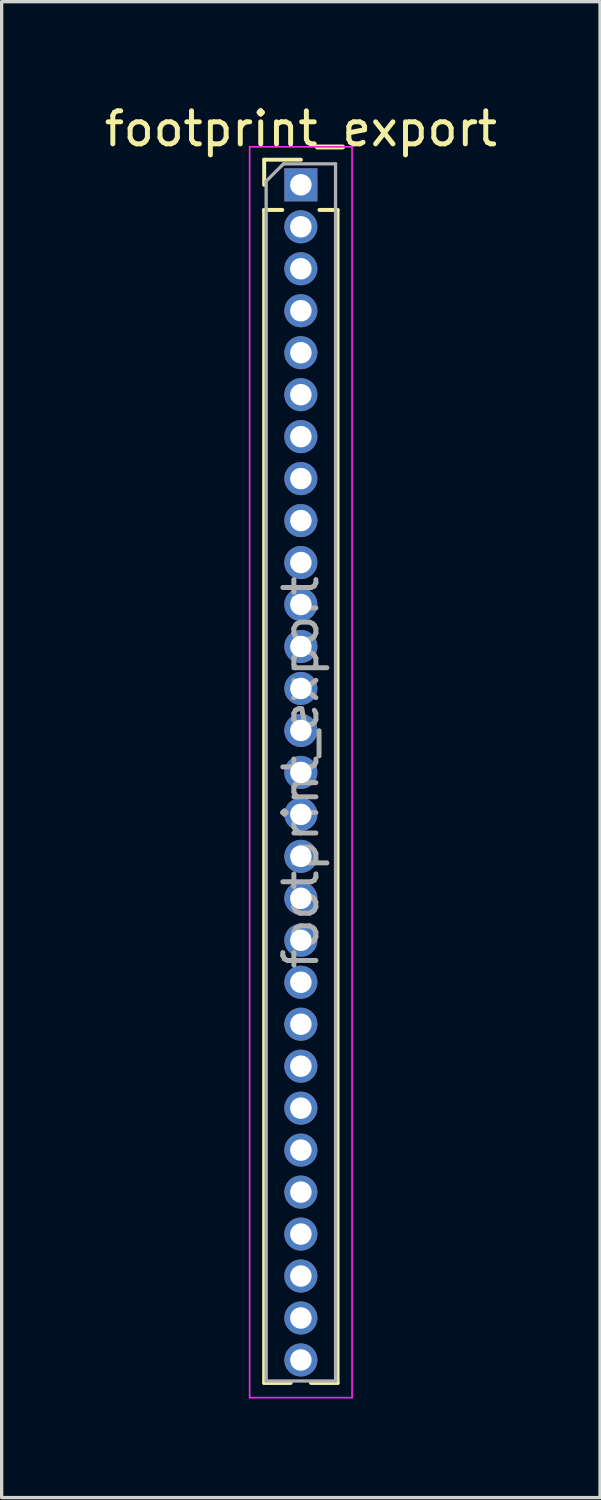
<source format=kicad_pcb>
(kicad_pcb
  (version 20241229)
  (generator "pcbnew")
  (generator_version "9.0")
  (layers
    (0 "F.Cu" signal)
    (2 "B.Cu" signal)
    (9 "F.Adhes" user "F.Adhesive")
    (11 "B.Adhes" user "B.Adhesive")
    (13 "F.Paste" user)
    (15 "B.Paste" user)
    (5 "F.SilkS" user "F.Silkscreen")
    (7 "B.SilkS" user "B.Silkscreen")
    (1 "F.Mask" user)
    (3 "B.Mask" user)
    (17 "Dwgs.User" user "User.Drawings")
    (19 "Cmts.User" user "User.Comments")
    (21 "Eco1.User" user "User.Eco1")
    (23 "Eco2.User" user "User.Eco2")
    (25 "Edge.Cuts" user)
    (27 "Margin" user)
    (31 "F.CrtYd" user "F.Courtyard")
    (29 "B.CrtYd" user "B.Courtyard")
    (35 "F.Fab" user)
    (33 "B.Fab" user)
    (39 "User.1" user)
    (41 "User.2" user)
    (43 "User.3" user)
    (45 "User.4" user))
  (footprint "footprint_export"
    (layer "F.Cu")
    (at 6.054 2.543)
    (property "Reference" "footprint_export" (at 0 -1.695 0) (layer "F.SilkS") (effects (font (size 1 1) (thickness 0.15))))
    (attr through_hole)
    (fp_line (start -1.11 -0.76) (end 0 -0.76) (stroke (width 0.12) (type solid)) (layer "F.SilkS"))
    (fp_line (start -1.11 0) (end -1.11 -0.76) (stroke (width 0.12) (type solid)) (layer "F.SilkS"))
    (fp_line (start -1.11 0.76) (end -1.11 36.255) (stroke (width 0.12) (type solid)) (layer "F.SilkS"))
    (fp_line (start -1.11 0.76) (end -0.563 0.76) (stroke (width 0.12) (type solid)) (layer "F.SilkS"))
    (fp_line (start -1.11 36.255) (end -0.308 36.255) (stroke (width 0.12) (type solid)) (layer "F.SilkS"))
    (fp_line (start 0.308 36.255) (end 1.11 36.255) (stroke (width 0.12) (type solid)) (layer "F.SilkS"))
    (fp_line (start 0.563 0.76) (end 1.11 0.76) (stroke (width 0.12) (type solid)) (layer "F.SilkS"))
    (fp_line (start 1.11 0.76) (end 1.11 36.255) (stroke (width 0.12) (type solid)) (layer "F.SilkS"))
    (fp_line (start -1.55 -1.15) (end -1.55 36.7) (stroke (width 0.05) (type solid)) (layer "F.CrtYd"))
    (fp_line (start -1.55 36.7) (end 1.55 36.7) (stroke (width 0.05) (type solid)) (layer "F.CrtYd"))
    (fp_line (start 1.55 -1.15) (end -1.55 -1.15) (stroke (width 0.05) (type solid)) (layer "F.CrtYd"))
    (fp_line (start 1.55 36.7) (end 1.55 -1.15) (stroke (width 0.05) (type solid)) (layer "F.CrtYd"))
    (fp_line (start -1.05 -0.11) (end -0.525 -0.635) (stroke (width 0.1) (type solid)) (layer "F.Fab"))
    (fp_line (start -1.05 36.195) (end -1.05 -0.11) (stroke (width 0.1) (type solid)) (layer "F.Fab"))
    (fp_line (start -0.525 -0.635) (end 1.05 -0.635) (stroke (width 0.1) (type solid)) (layer "F.Fab"))
    (fp_line (start 1.05 -0.635) (end 1.05 36.195) (stroke (width 0.1) (type solid)) (layer "F.Fab"))
    (fp_line (start 1.05 36.195) (end -1.05 36.195) (stroke (width 0.1) (type solid)) (layer "F.Fab"))
    (fp_text user "${REFERENCE}" (at 0 17.78 90) (layer "F.Fab") (effects (font (size 1 1) (thickness 0.15))))
    (pad "1" thru_hole rect (at 0 0) (size 1 1) (drill 0.65) (layers "*.Cu" "*.Mask"))
    (pad "2" thru_hole oval (at 0 1.27) (size 1 1) (drill 0.65) (layers "*.Cu" "*.Mask"))
    (pad "3" thru_hole oval (at 0 2.54) (size 1 1) (drill 0.65) (layers "*.Cu" "*.Mask"))
    (pad "4" thru_hole oval (at 0 3.81) (size 1 1) (drill 0.65) (layers "*.Cu" "*.Mask"))
    (pad "5" thru_hole oval (at 0 5.08) (size 1 1) (drill 0.65) (layers "*.Cu" "*.Mask"))
    (pad "6" thru_hole oval (at 0 6.35) (size 1 1) (drill 0.65) (layers "*.Cu" "*.Mask"))
    (pad "7" thru_hole oval (at 0 7.62) (size 1 1) (drill 0.65) (layers "*.Cu" "*.Mask"))
    (pad "8" thru_hole oval (at 0 8.89) (size 1 1) (drill 0.65) (layers "*.Cu" "*.Mask"))
    (pad "9" thru_hole oval (at 0 10.16) (size 1 1) (drill 0.65) (layers "*.Cu" "*.Mask"))
    (pad "10" thru_hole oval (at 0 11.43) (size 1 1) (drill 0.65) (layers "*.Cu" "*.Mask"))
    (pad "11" thru_hole oval (at 0 12.7) (size 1 1) (drill 0.65) (layers "*.Cu" "*.Mask"))
    (pad "12" thru_hole oval (at 0 13.97) (size 1 1) (drill 0.65) (layers "*.Cu" "*.Mask"))
    (pad "13" thru_hole oval (at 0 15.24) (size 1 1) (drill 0.65) (layers "*.Cu" "*.Mask"))
    (pad "14" thru_hole oval (at 0 16.51) (size 1 1) (drill 0.65) (layers "*.Cu" "*.Mask"))
    (pad "15" thru_hole oval (at 0 17.78) (size 1 1) (drill 0.65) (layers "*.Cu" "*.Mask"))
    (pad "16" thru_hole oval (at 0 19.05) (size 1 1) (drill 0.65) (layers "*.Cu" "*.Mask"))
    (pad "17" thru_hole oval (at 0 20.32) (size 1 1) (drill 0.65) (layers "*.Cu" "*.Mask"))
    (pad "18" thru_hole oval (at 0 21.59) (size 1 1) (drill 0.65) (layers "*.Cu" "*.Mask"))
    (pad "19" thru_hole oval (at 0 22.86) (size 1 1) (drill 0.65) (layers "*.Cu" "*.Mask"))
    (pad "20" thru_hole oval (at 0 24.13) (size 1 1) (drill 0.65) (layers "*.Cu" "*.Mask"))
    (pad "21" thru_hole oval (at 0 25.4) (size 1 1) (drill 0.65) (layers "*.Cu" "*.Mask"))
    (pad "22" thru_hole oval (at 0 26.67) (size 1 1) (drill 0.65) (layers "*.Cu" "*.Mask"))
    (pad "23" thru_hole oval (at 0 27.94) (size 1 1) (drill 0.65) (layers "*.Cu" "*.Mask"))
    (pad "24" thru_hole oval (at 0 29.21) (size 1 1) (drill 0.65) (layers "*.Cu" "*.Mask"))
    (pad "25" thru_hole oval (at 0 30.48) (size 1 1) (drill 0.65) (layers "*.Cu" "*.Mask"))
    (pad "26" thru_hole oval (at 0 31.75) (size 1 1) (drill 0.65) (layers "*.Cu" "*.Mask"))
    (pad "27" thru_hole oval (at 0 33.02) (size 1 1) (drill 0.65) (layers "*.Cu" "*.Mask"))
    (pad "28" thru_hole oval (at 0 34.29) (size 1 1) (drill 0.65) (layers "*.Cu" "*.Mask"))
    (pad "29" thru_hole oval (at 0 35.56) (size 1 1) (drill 0.65) (layers "*.Cu" "*.Mask")))
  (gr_rect
    (start -3 -3)
    (end 15.107 42.268)
    (stroke (width 0.1) (type default))
    (fill no)
    (layer "Edge.Cuts")))
</source>
